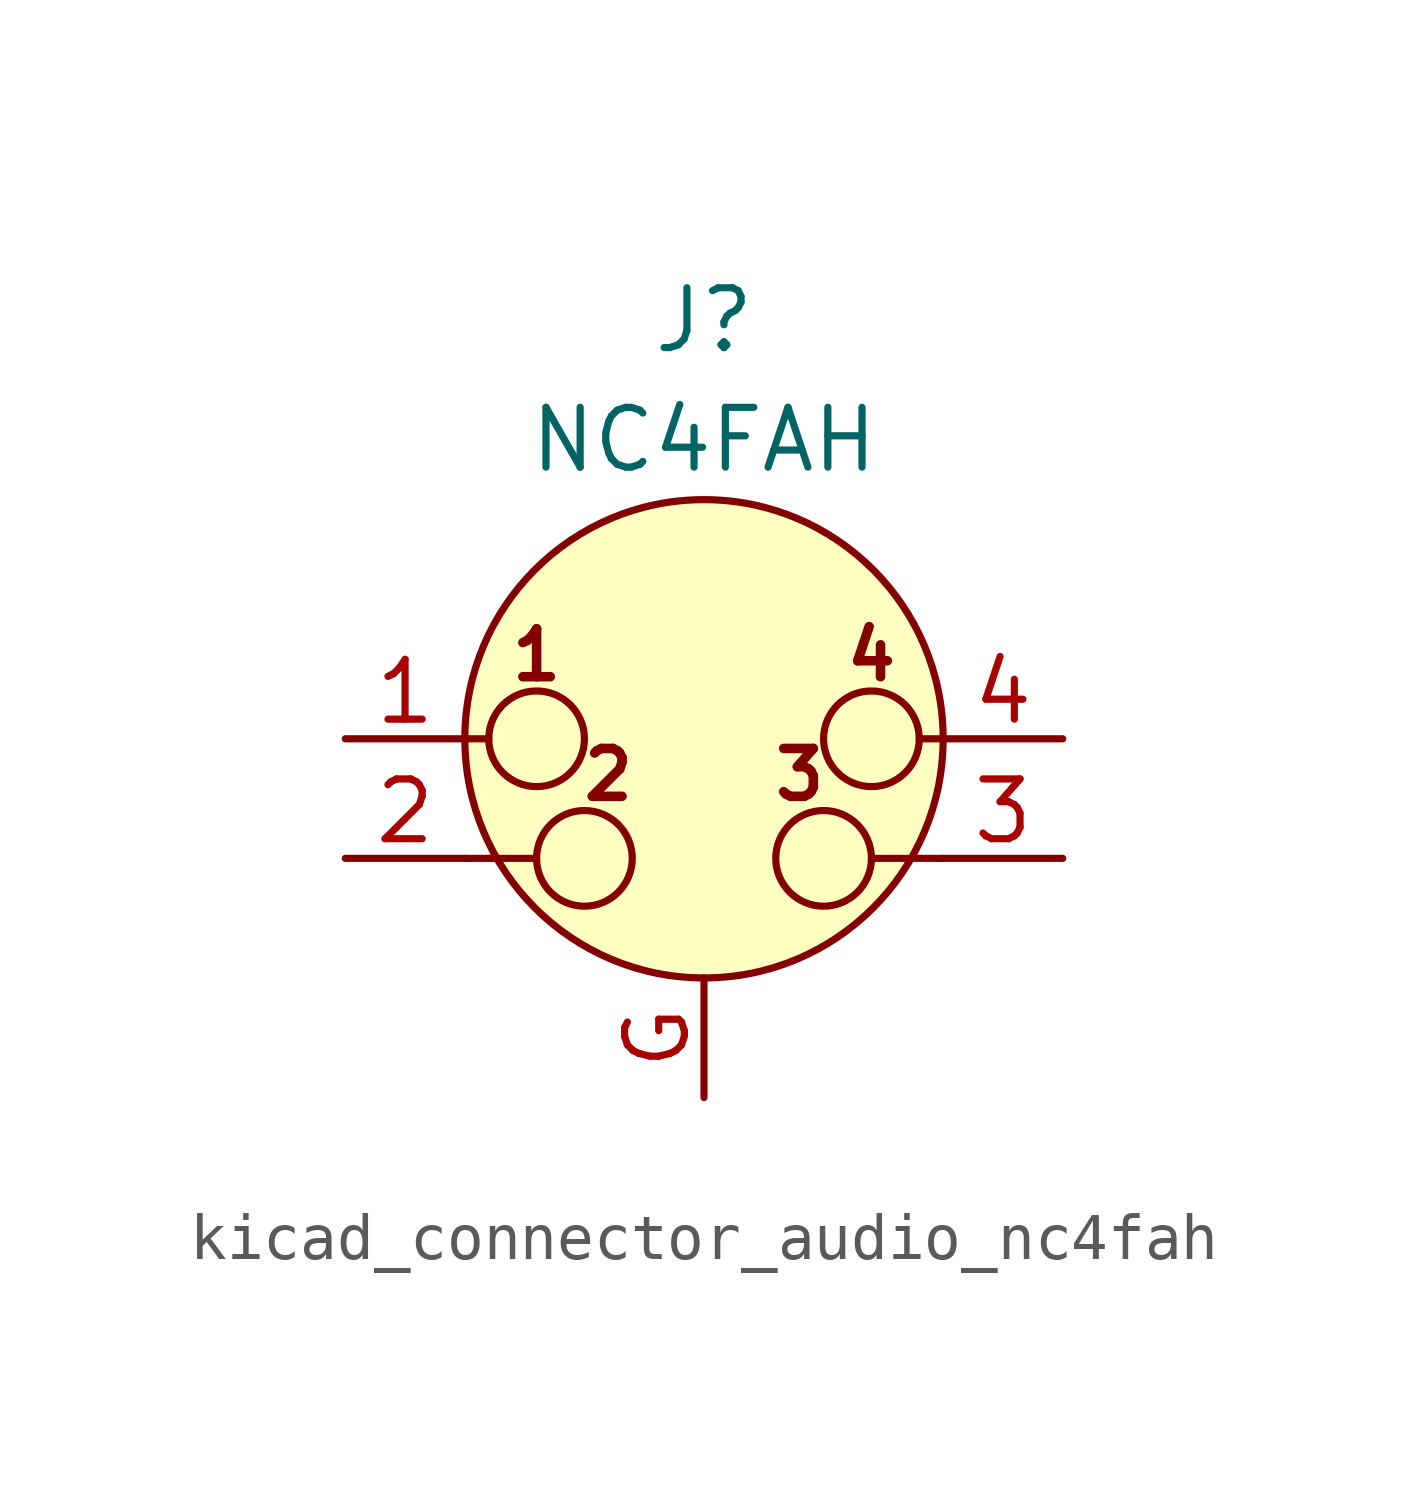
<source format=kicad_sym>
(kicad_symbol_lib
  (version 20220914)
  (generator kicad_symbol_editor)
  (symbol "kicad_connector_audio_nc4fah"
    (pin_names hide)
    (property "Reference" "J"
      (at 0 8.89 0)
      (effects (font (size 1.27 1.27))))
    (property "Value" "NC4FAH"
      (at 0 6.35 0)
      (effects (font (size 1.27 1.27))))
    (symbol "kicad_connector_audio_nc4fah_0_1"
      (circle (center -3.556 0) (radius 1.016) (stroke (width 0) (type default)) (fill (type none)))
      (circle (center -2.54 -2.54) (radius 1.016) (stroke (width 0) (type default)) (fill (type none)))
      (polyline (pts (xy -5.08 -2.54) (xy -4.445 -2.54)) (stroke (width 0) (type default)) (fill (type none)))
      (polyline (pts (xy -5.08 0) (xy -4.572 0)) (stroke (width 0) (type default)) (fill (type none)))
      (polyline (pts (xy -4.572 -2.54) (xy -3.556 -2.54)) (stroke (width 0) (type default)) (fill (type none)))
      (polyline (pts (xy 4.318 -2.54) (xy 3.556 -2.54)) (stroke (width 0) (type default)) (fill (type none)))
      (polyline (pts (xy 5.08 -2.54) (xy 4.445 -2.54)) (stroke (width 0) (type default)) (fill (type none)))
      (polyline (pts (xy 5.08 0) (xy 4.572 0)) (stroke (width 0) (type default)) (fill (type none)))
      (circle (center 0 0) (radius 5.08) (stroke (width 0) (type default)) (fill (type background)))
      (circle (center 2.54 -2.54) (radius 1.016) (stroke (width 0) (type default)) (fill (type none)))
      (circle (center 3.556 0) (radius 1.016) (stroke (width 0) (type default)) (fill (type none)))
      (text "1" (at -3.556 1.778 0) (effects (font (size 1.016 1.016) bold)))
      (text "2" (at -2.032 -0.762 0) (effects (font (size 1.016 1.016) bold)))
      (text "3" (at 2.032 -0.762 0) (effects (font (size 1.016 1.016) bold)))
      (text "4" (at 3.556 1.778 0) (effects (font (size 1.016 1.016) bold))))
    (symbol "kicad_connector_audio_nc4fah_1_1"
      (pin passive line (at -7.62 0 0) (length 2.54) (name "~" (effects (font (size 1.27 1.27)))) (number "1" (effects (font (size 1.27 1.27)))))
      (pin passive line (at -7.62 -2.54 0) (length 2.54) (name "~" (effects (font (size 1.27 1.27)))) (number "2" (effects (font (size 1.27 1.27)))))
      (pin passive line (at 7.62 -2.54 180) (length 2.54) (name "~" (effects (font (size 1.27 1.27)))) (number "3" (effects (font (size 1.27 1.27)))))
      (pin passive line (at 7.62 0 180) (length 2.54) (name "~" (effects (font (size 1.27 1.27)))) (number "4" (effects (font (size 1.27 1.27)))))
      (pin passive line (at 0 -7.62 90) (length 2.54) (name "~" (effects (font (size 1.27 1.27)))) (number "G" (effects (font (size 1.27 1.27))))))))
</source>
